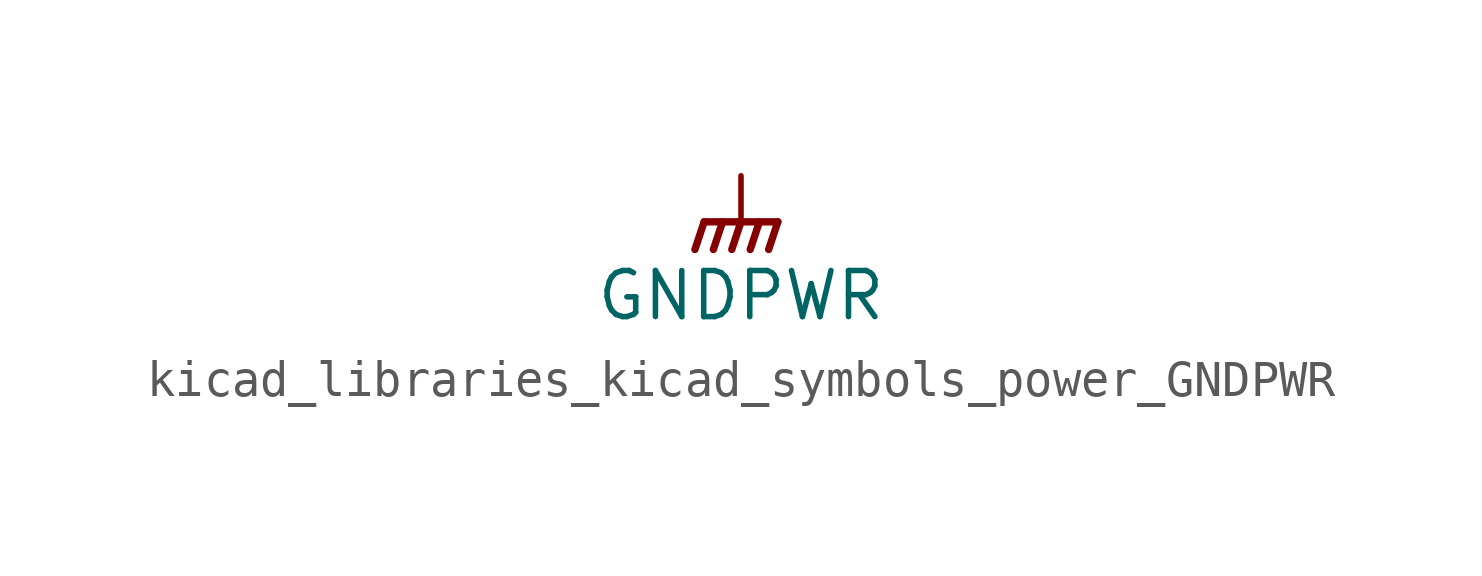
<source format=kicad_sym>
(kicad_symbol_lib
  (version 20220914)
  (generator kicad_symbol_editor)
  (symbol "kicad_libraries_kicad_symbols_power_GNDPWR"
    (power)
    (pin_names
      (offset 0))
    (property "Reference" "#PWR"
      (at 0 -5.08 0)
      (effects (font (size 1.27 1.27)) hide))
    (property "Value" "GNDPWR"
      (at 0 -3.302 0)
      (effects (font (size 1.27 1.27))))
    (symbol "kicad_libraries_kicad_symbols_power_GNDPWR_0_1"
      (polyline (pts (xy 0 -1.27) (xy 0 0)) (stroke (width 0) (type default)) (fill (type none)))
      (polyline (pts (xy -1.016 -1.27) (xy -1.27 -2.032) (xy -1.27 -2.032)) (stroke (width 0.203) (type default)) (fill (type none)))
      (polyline (pts (xy -0.508 -1.27) (xy -0.762 -2.032) (xy -0.762 -2.032)) (stroke (width 0.203) (type default)) (fill (type none)))
      (polyline (pts (xy 0 -1.27) (xy -0.254 -2.032) (xy -0.254 -2.032)) (stroke (width 0.203) (type default)) (fill (type none)))
      (polyline (pts (xy 0.508 -1.27) (xy 0.254 -2.032) (xy 0.254 -2.032)) (stroke (width 0.203) (type default)) (fill (type none)))
      (polyline (pts (xy 1.016 -1.27) (xy -1.016 -1.27) (xy -1.016 -1.27)) (stroke (width 0.203) (type default)) (fill (type none)))
      (polyline (pts (xy 1.016 -1.27) (xy 0.762 -2.032) (xy 0.762 -2.032) (xy 0.762 -2.032)) (stroke (width 0.203) (type default)) (fill (type none))))
    (symbol "kicad_libraries_kicad_symbols_power_GNDPWR_1_1"
      (pin power_in line (at 0 0 270) (length 0) hide (name "GNDPWR" (effects (font (size 1.27 1.27)))) (number "1" (effects (font (size 1.27 1.27))))))))
</source>
